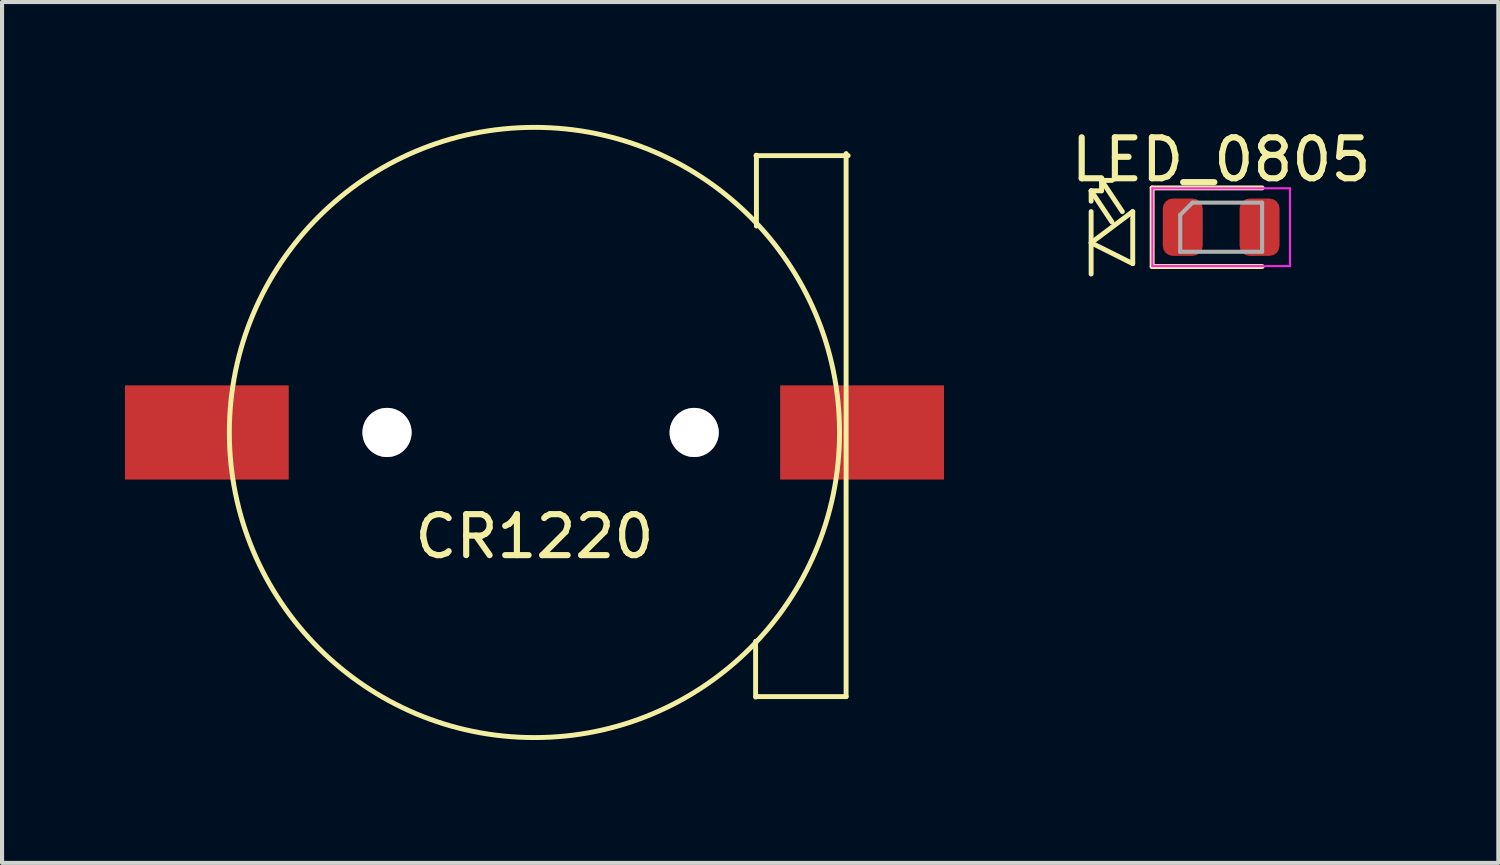
<source format=kicad_pcb>
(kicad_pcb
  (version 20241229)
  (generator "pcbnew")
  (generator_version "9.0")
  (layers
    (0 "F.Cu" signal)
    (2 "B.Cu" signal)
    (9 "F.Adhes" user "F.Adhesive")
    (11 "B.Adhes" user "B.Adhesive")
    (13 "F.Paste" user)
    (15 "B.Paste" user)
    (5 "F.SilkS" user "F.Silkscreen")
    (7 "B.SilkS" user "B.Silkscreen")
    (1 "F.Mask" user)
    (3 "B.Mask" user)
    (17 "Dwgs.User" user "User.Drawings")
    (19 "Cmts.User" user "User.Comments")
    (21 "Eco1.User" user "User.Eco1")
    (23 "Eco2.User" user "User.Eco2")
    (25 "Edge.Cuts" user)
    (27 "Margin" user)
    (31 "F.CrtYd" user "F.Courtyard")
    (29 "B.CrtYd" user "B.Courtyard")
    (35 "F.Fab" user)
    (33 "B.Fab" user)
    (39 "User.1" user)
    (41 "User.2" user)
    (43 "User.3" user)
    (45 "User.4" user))
  (footprint "LED_0805"
    (layer "F.Cu")
    (at 26.768 2.498)
    (property "Reference" "LED_0805" (at 0 -1.65 0) (layer "F.SilkS") (effects (font (size 1 1) (thickness 0.15))))
    (attr smd)
    (fp_line (start -3.175 -0.889) (end -3.175 -0.635) (stroke (width 0.12) (type solid)) (layer "F.SilkS"))
    (fp_line (start -3.175 -0.889) (end -2.921 -0.889) (stroke (width 0.12) (type solid)) (layer "F.SilkS"))
    (fp_line (start -3.175 -0.381) (end -3.175 1.143) (stroke (width 0.12) (type solid)) (layer "F.SilkS"))
    (fp_line (start -3.175 0.381) (end -2.159 -0.381) (stroke (width 0.12) (type solid)) (layer "F.SilkS"))
    (fp_line (start -2.921 -1.143) (end -2.667 -1.143) (stroke (width 0.12) (type solid)) (layer "F.SilkS"))
    (fp_line (start -2.921 -0.889) (end -2.921 -1.143) (stroke (width 0.12) (type solid)) (layer "F.SilkS"))
    (fp_line (start -2.667 -0.127) (end -3.175 -0.889) (stroke (width 0.12) (type solid)) (layer "F.SilkS"))
    (fp_line (start -2.413 -0.381) (end -2.921 -1.143) (stroke (width 0.12) (type solid)) (layer "F.SilkS"))
    (fp_line (start -2.159 -0.381) (end -2.159 0.889) (stroke (width 0.12) (type solid)) (layer "F.SilkS"))
    (fp_line (start -2.159 0.889) (end -3.175 0.381) (stroke (width 0.12) (type solid)) (layer "F.SilkS"))
    (fp_line (start -1.685 -0.96) (end -1.685 0.96) (stroke (width 0.12) (type solid)) (layer "F.SilkS"))
    (fp_line (start -1.685 0.96) (end 1 0.96) (stroke (width 0.12) (type solid)) (layer "F.SilkS"))
    (fp_line (start 1 -0.96) (end -1.685 -0.96) (stroke (width 0.12) (type solid)) (layer "F.SilkS"))
    (fp_line (start -1.68 -0.95) (end 1.68 -0.95) (stroke (width 0.05) (type solid)) (layer "F.CrtYd"))
    (fp_line (start -1.68 0.95) (end -1.68 -0.95) (stroke (width 0.05) (type solid)) (layer "F.CrtYd"))
    (fp_line (start 1.68 -0.95) (end 1.68 0.95) (stroke (width 0.05) (type solid)) (layer "F.CrtYd"))
    (fp_line (start 1.68 0.95) (end -1.68 0.95) (stroke (width 0.05) (type solid)) (layer "F.CrtYd"))
    (fp_line (start -1 -0.3) (end -1 0.6) (stroke (width 0.1) (type solid)) (layer "F.Fab"))
    (fp_line (start -1 0.6) (end 1 0.6) (stroke (width 0.1) (type solid)) (layer "F.Fab"))
    (fp_line (start -0.7 -0.6) (end -1 -0.3) (stroke (width 0.1) (type solid)) (layer "F.Fab"))
    (fp_line (start 1 -0.6) (end -0.7 -0.6) (stroke (width 0.1) (type solid)) (layer "F.Fab"))
    (fp_line (start 1 0.6) (end 1 -0.6) (stroke (width 0.1) (type solid)) (layer "F.Fab"))
    (pad "1" smd roundrect (at -0.938 0) (size 0.975 1.4) (layers "F.Cu" "F.Mask" "F.Paste") (roundrect_rratio 0.25))
    (pad "2" smd roundrect (at 0.938 0) (size 0.975 1.4) (layers "F.Cu" "F.Mask" "F.Paste") (roundrect_rratio 0.25)))
  (footprint "CR1220"
    (layer "F.Cu")
    (at 10 7.51)
    (property "Reference" "CR1220" (at 0 2.54 0) (layer "F.SilkS") (effects (font (size 1 1) (thickness 0.15))))
    (attr through_hole)
    (fp_line (start 5.4 6.46) (end 5.4 5.1) (stroke (width 0.12) (type solid)) (layer "F.SilkS"))
    (fp_line (start 5.41 -6.76) (end 7.66 -6.76) (stroke (width 0.12) (type solid)) (layer "F.SilkS"))
    (fp_line (start 5.42 -6.77) (end 5.42 -5.04) (stroke (width 0.12) (type solid)) (layer "F.SilkS"))
    (fp_line (start 7.61 -6.81) (end 7.61 6.45) (stroke (width 0.12) (type solid)) (layer "F.SilkS"))
    (fp_line (start 7.61 6.45) (end 5.41 6.45) (stroke (width 0.12) (type solid)) (layer "F.SilkS"))
    (fp_circle (center 0 0) (end 7.45 0) (stroke (width 0.12) (type solid)) (fill no) (layer "F.SilkS"))
    (pad "" thru_hole circle (at -3.6 0) (size 1.2 1.2) (drill 1.2) (layers "*.Cu" "*.Mask"))
    (pad "" thru_hole circle (at 3.9 0) (size 1.2 1.2) (drill 1.2) (layers "*.Cu" "*.Mask"))
    (pad "1" smd rect (at -8 0) (size 4 2.3) (layers "F.Cu" "F.Mask" "F.Paste"))
    (pad "2" smd rect (at 8 0) (size 4 2.3) (layers "F.Cu" "F.Mask" "F.Paste")))
  (gr_rect
    (start -3 -3)
    (end 33.536 18.02)
    (stroke (width 0.1) (type default))
    (fill no)
    (layer "Edge.Cuts")))
</source>
